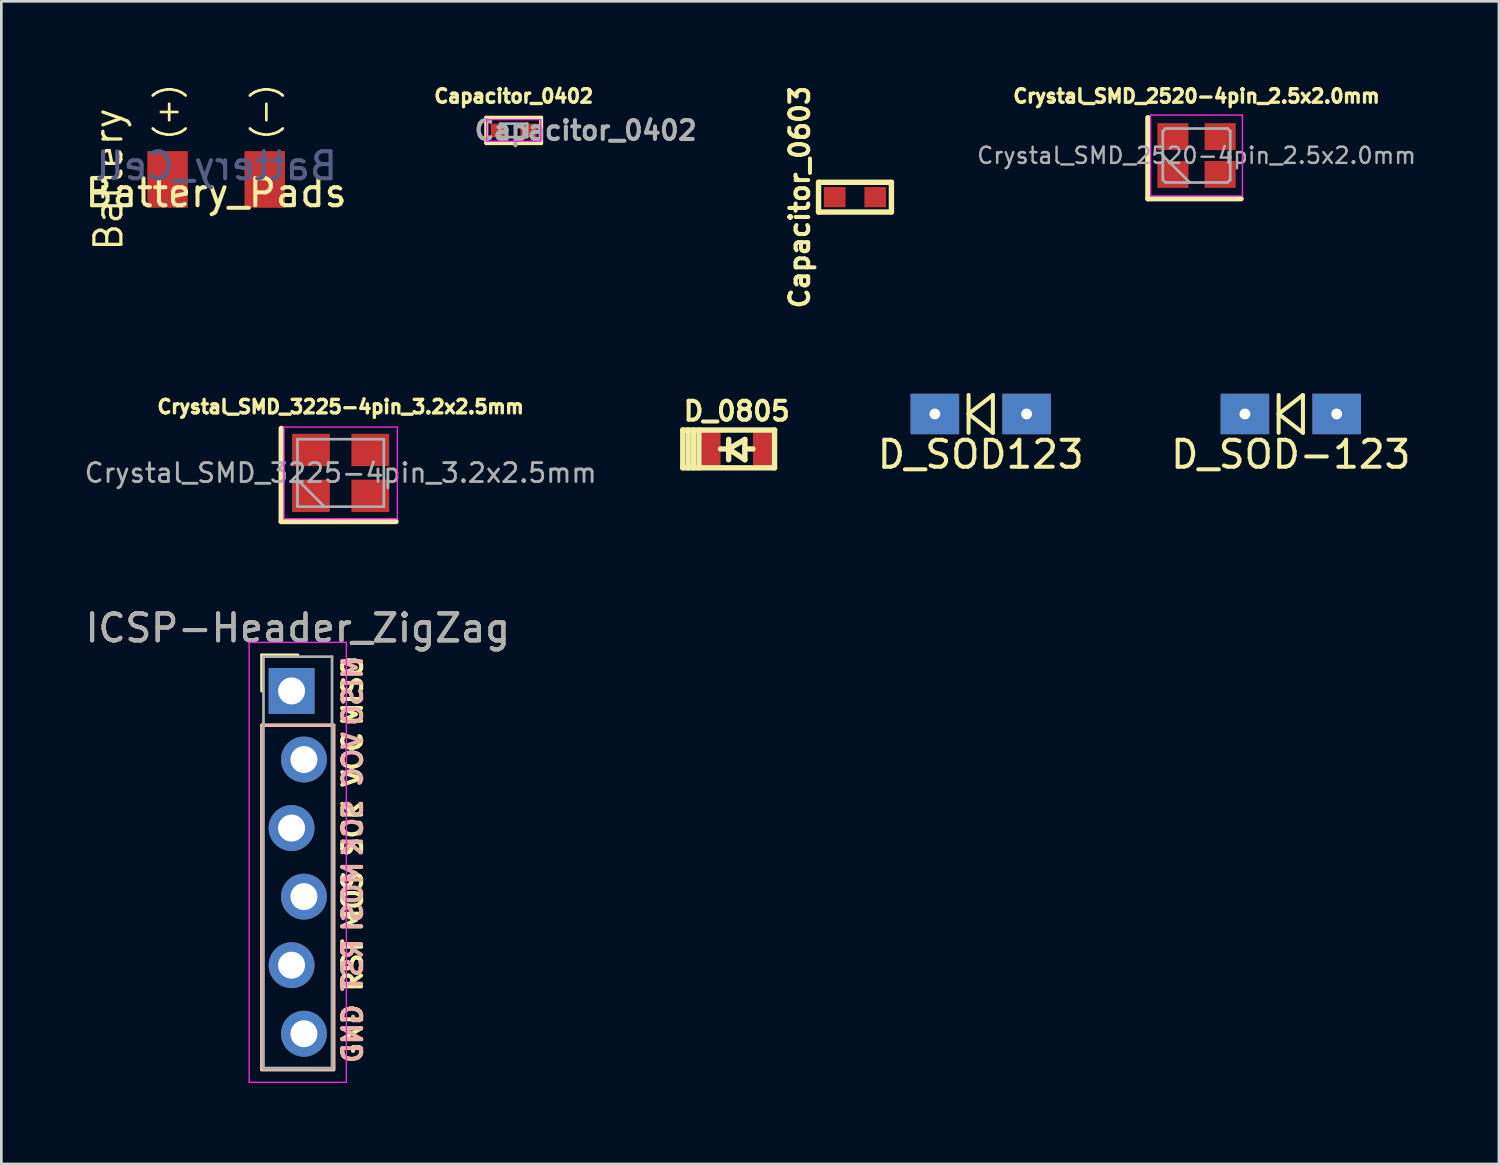
<source format=kicad_pcb>
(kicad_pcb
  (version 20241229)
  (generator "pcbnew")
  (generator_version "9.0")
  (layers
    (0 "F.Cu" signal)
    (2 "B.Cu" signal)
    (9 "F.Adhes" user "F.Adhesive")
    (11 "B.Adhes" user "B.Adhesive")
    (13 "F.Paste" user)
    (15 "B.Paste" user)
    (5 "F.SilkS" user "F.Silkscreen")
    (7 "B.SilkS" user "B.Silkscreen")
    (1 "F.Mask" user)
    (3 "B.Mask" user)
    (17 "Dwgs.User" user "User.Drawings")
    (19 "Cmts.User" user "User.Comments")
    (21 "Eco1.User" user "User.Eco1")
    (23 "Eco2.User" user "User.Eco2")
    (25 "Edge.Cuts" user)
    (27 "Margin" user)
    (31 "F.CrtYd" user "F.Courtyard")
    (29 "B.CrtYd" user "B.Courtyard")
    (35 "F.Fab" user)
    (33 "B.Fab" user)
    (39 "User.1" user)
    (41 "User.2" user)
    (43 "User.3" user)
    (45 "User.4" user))
  (footprint "D_0805"
    (layer "F.Cu")
    (at 24.247 13.583)
    (property "Reference" "D_0805" (at 0 -1.4 0) (layer "F.SilkS") (effects (font (size 0.7 0.7) (thickness 0.15))))
    (attr smd)
    (fp_line (start -2 -0.7) (end -2 0.7) (stroke (width 0.2) (type solid)) (layer "F.SilkS"))
    (fp_line (start -2 -0.7) (end 1.4 -0.7) (stroke (width 0.2) (type solid)) (layer "F.SilkS"))
    (fp_line (start -2 0.7) (end 1.4 0.7) (stroke (width 0.2) (type solid)) (layer "F.SilkS"))
    (fp_line (start -1.8 -0.7) (end -1.8 0.7) (stroke (width 0.2) (type solid)) (layer "F.SilkS"))
    (fp_line (start -1.6 -0.7) (end -1.6 0.7) (stroke (width 0.2) (type solid)) (layer "F.SilkS"))
    (fp_line (start -1.4 -0.7) (end -1.4 0.7) (stroke (width 0.2) (type solid)) (layer "F.SilkS"))
    (fp_line (start -0.3 -0.35) (end -0.3 0.4) (stroke (width 0.2) (type solid)) (layer "F.SilkS"))
    (fp_line (start -0.3 0) (end -0.6 0) (stroke (width 0.2) (type solid)) (layer "F.SilkS"))
    (fp_line (start -0.3 0) (end 0.3 -0.35) (stroke (width 0.2) (type solid)) (layer "F.SilkS"))
    (fp_line (start 0.3 -0.35) (end 0.3 0.4) (stroke (width 0.2) (type solid)) (layer "F.SilkS"))
    (fp_line (start 0.3 0) (end 0.6 0) (stroke (width 0.2) (type solid)) (layer "F.SilkS"))
    (fp_line (start 0.3 0.4) (end -0.3 0) (stroke (width 0.2) (type solid)) (layer "F.SilkS"))
    (fp_line (start 1.4 -0.7) (end 1.4 0.7) (stroke (width 0.2) (type solid)) (layer "F.SilkS"))
    (pad "1" smd rect (at -0.95 0) (size 0.7 1.3) (layers "F.Cu" "F.Mask" "F.Paste"))
    (pad "2" smd rect (at 0.95 0) (size 0.7 1.3) (layers "F.Cu" "F.Mask" "F.Paste")))
  (footprint "D_SOD-123"
    (placed yes)
    (layer "F.Cu")
    (at 44.774 12.288)
    (property "Reference" "D_SOD-123" (at 0 1.5 0) (layer "F.SilkS") (effects (font (size 1 1) (thickness 0.15))))
    (attr through_hole)
    (fp_line (start -0.45 -0.703) (end -0.45 0.697) (stroke (width 0.15) (type solid)) (layer "F.SilkS"))
    (fp_line (start -0.45 -0.003) (end 0.45 -0.703) (stroke (width 0.15) (type solid)) (layer "F.SilkS"))
    (fp_line (start 0.45 -0.703) (end 0.45 0.697) (stroke (width 0.15) (type solid)) (layer "F.SilkS"))
    (fp_line (start 0.45 0.697) (end -0.45 -0.003) (stroke (width 0.15) (type solid)) (layer "F.SilkS"))
    (pad "1" thru_hole rect (at -1.7 0) (size 1.8 1.5) (drill 0.4) (layers "*.Cu" "F.Mask"))
    (pad "2" thru_hole rect (at 1.7 0) (size 1.8 1.5) (drill 0.4) (layers "*.Cu" "F.Mask")))
  (footprint "ICSP-Header_ZigZag"
    (layer "F.Cu")
    (at 7.982 22.55)
    (property "Reference" "ICSP-Header_ZigZag" (at 0 -2.33 0) (layer "F.SilkS") (effects (font (size 1 1) (thickness 0.15))))
    (attr through_hole)
    (fp_line (start -1.33 -1.33) (end 0 -1.33) (stroke (width 0.12) (type solid)) (layer "F.SilkS"))
    (fp_line (start -1.33 0) (end -1.33 -1.33) (stroke (width 0.12) (type solid)) (layer "F.SilkS"))
    (fp_line (start -1.33 1.27) (end -1.33 14.03) (stroke (width 0.12) (type solid)) (layer "F.SilkS"))
    (fp_line (start -1.33 14.03) (end 1.33 14.03) (stroke (width 0.12) (type solid)) (layer "F.SilkS"))
    (fp_line (start 1.33 1.27) (end -1.33 1.27) (stroke (width 0.12) (type solid)) (layer "F.SilkS"))
    (fp_line (start 1.33 14.03) (end 1.33 1.27) (stroke (width 0.12) (type solid)) (layer "F.SilkS"))
    (fp_line (start -1.33 1.27) (end -1.33 14.03) (stroke (width 0.12) (type solid)) (layer "B.SilkS"))
    (fp_line (start -1.33 14.03) (end 1.33 14.03) (stroke (width 0.12) (type solid)) (layer "B.SilkS"))
    (fp_line (start 1.33 1.27) (end -1.33 1.27) (stroke (width 0.12) (type solid)) (layer "B.SilkS"))
    (fp_line (start 1.33 14.03) (end 1.33 1.27) (stroke (width 0.12) (type solid)) (layer "B.SilkS"))
    (fp_line (start -1.8 -1.8) (end -1.8 14.5) (stroke (width 0.05) (type solid)) (layer "F.CrtYd"))
    (fp_line (start -1.8 14.5) (end 1.8 14.5) (stroke (width 0.05) (type solid)) (layer "F.CrtYd"))
    (fp_line (start 1.8 -1.8) (end -1.8 -1.8) (stroke (width 0.05) (type solid)) (layer "F.CrtYd"))
    (fp_line (start 1.8 14.5) (end 1.8 -1.8) (stroke (width 0.05) (type solid)) (layer "F.CrtYd"))
    (fp_line (start -1.27 -1.27) (end -1.27 13.97) (stroke (width 0.1) (type solid)) (layer "F.Fab"))
    (fp_line (start -1.27 13.97) (end 1.27 13.97) (stroke (width 0.1) (type solid)) (layer "F.Fab"))
    (fp_line (start 1.27 -1.27) (end -1.27 -1.27) (stroke (width 0.1) (type solid)) (layer "F.Fab"))
    (fp_line (start 1.27 13.97) (end 1.27 -1.27) (stroke (width 0.1) (type solid)) (layer "F.Fab"))
    (fp_text user "MOSI" (at 2.032 7.62 90) (layer "F.SilkS") (effects (font (size 0.7 0.7) (thickness 0.15))))
    (fp_text user "RST" (at 2.032 10.16 90) (layer "F.SilkS") (effects (font (size 0.7 0.7) (thickness 0.15))))
    (fp_text user "GND" (at 2.032 12.7 90) (layer "F.SilkS") (effects (font (size 0.7 0.7) (thickness 0.15))))
    (fp_text user "VCC" (at 2.032 2.54 90) (layer "F.SilkS") (effects (font (size 0.7 0.7) (thickness 0.15))))
    (fp_text user "SCK" (at 2.032 5.08 90) (layer "F.SilkS") (effects (font (size 0.7 0.7) (thickness 0.15))))
    (fp_text user "MISO" (at 2.032 0 90) (layer "F.SilkS") (effects (font (size 0.7 0.7) (thickness 0.15))))
    (fp_text user "MOSI" (at 2.032 7.62 90) (layer "B.SilkS") (effects (font (size 0.7 0.7) (thickness 0.15)) (justify mirror)))
    (fp_text user "RST" (at 2.032 10.16 90) (layer "B.SilkS") (effects (font (size 0.7 0.7) (thickness 0.15)) (justify mirror)))
    (fp_text user "SCK" (at 2.032 5.08 90) (layer "B.SilkS") (effects (font (size 0.7 0.7) (thickness 0.15)) (justify mirror)))
    (fp_text user "VCC" (at 2.032 2.54 90) (layer "B.SilkS") (effects (font (size 0.7 0.7) (thickness 0.15)) (justify mirror)))
    (fp_text user "MISO" (at 2.032 0 90) (layer "B.SilkS") (effects (font (size 0.7 0.7) (thickness 0.15)) (justify mirror)))
    (fp_text user "GND" (at 2.032 12.7 90) (layer "B.SilkS") (effects (font (size 0.7 0.7) (thickness 0.15)) (justify mirror)))
    (fp_text user "${REFERENCE}" (at 0 -2.33 0) (layer "F.Fab") (effects (font (size 1 1) (thickness 0.15))))
    (pad "1" thru_hole rect (at -0.229 0) (size 1.7 1.7) (drill 1) (layers "*.Cu" "*.Mask"))
    (pad "2" thru_hole oval (at 0.229 2.54) (size 1.7 1.7) (drill 1) (layers "*.Cu" "*.Mask"))
    (pad "3" thru_hole oval (at -0.229 5.08) (size 1.7 1.7) (drill 1) (layers "*.Cu" "*.Mask"))
    (pad "4" thru_hole oval (at 0.229 7.62) (size 1.7 1.7) (drill 1) (layers "*.Cu" "*.Mask"))
    (pad "5" thru_hole oval (at -0.229 10.16) (size 1.7 1.7) (drill 1) (layers "*.Cu" "*.Mask"))
    (pad "6" thru_hole oval (at 0.229 12.7) (size 1.7 1.7) (drill 1) (layers "*.Cu" "*.Mask")))
  (footprint "D_SOD123"
    (placed yes)
    (layer "F.Cu")
    (at 33.286 12.288)
    (property "Reference" "D_SOD123" (at 0 1.5 0) (layer "F.SilkS") (effects (font (size 1 1) (thickness 0.15))))
    (attr through_hole)
    (fp_line (start -0.45 -0.703) (end -0.45 0.697) (stroke (width 0.15) (type solid)) (layer "F.SilkS"))
    (fp_line (start -0.45 -0.003) (end 0.45 -0.703) (stroke (width 0.15) (type solid)) (layer "F.SilkS"))
    (fp_line (start 0.45 -0.703) (end 0.45 0.697) (stroke (width 0.15) (type solid)) (layer "F.SilkS"))
    (fp_line (start 0.45 0.697) (end -0.45 -0.003) (stroke (width 0.15) (type solid)) (layer "F.SilkS"))
    (pad "1" thru_hole rect (at -1.7 0) (size 1.8 1.5) (drill 0.4) (layers "*.Cu" "F.Mask"))
    (pad "2" thru_hole rect (at 1.7 0) (size 1.8 1.5) (drill 0.4) (layers "*.Cu" "F.Mask")))
  (footprint "Battery_Pads"
    (layer "F.Cu")
    (at 4.958 3.599)
    (property "Reference" "Battery_Pads" (at 0 0.5 0) (layer "F.SilkS") (effects (font (size 1 1) (thickness 0.15))))
    (attr through_hole)
    (fp_poly (pts (xy -2.499 1) (xy -2.499 -1) (xy -1.099 -1) (xy -1.099 1)) (stroke (width 0.1) (type solid)) (fill yes) (layer "F.Mask"))
    (fp_poly (pts (xy 1.1 1) (xy 1.1 -1) (xy 2.5 -1) (xy 2.5 1)) (stroke (width 0.1) (type solid)) (fill yes) (layer "F.Mask"))
    (fp_text user "(-)" (at 1.8 -2.5 90) (layer "F.SilkS") (effects (font (size 0.8 0.8) (thickness 0.1))))
    (fp_text user "(+)" (at -1.8 -2.5 90) (layer "F.SilkS") (effects (font (size 0.8 0.8) (thickness 0.1))))
    (fp_text user "Battery" (at -3.987 0 90) (layer "F.SilkS") (effects (font (size 1 1) (thickness 0.12))))
    (fp_text user "Battery_Cell" (at 0 -0.5 0) (layer "B.Fab") (effects (font (size 1 1) (thickness 0.15)) (justify mirror)))
    (pad "1" smd rect (at -1.8 0) (size 1.5 2.1) (layers "F.Cu"))
    (pad "2" smd rect (at 1.8 0) (size 1.5 2.1) (layers "F.Cu")))
  (footprint "Crystal_SMD_2520-4pin_2.5x2.0mm"
    (layer "F.Cu")
    (at 41.281 2.712)
    (property "Reference" "Crystal_SMD_2520-4pin_2.5x2.0mm" (at 0 -2.2 0) (layer "F.SilkS") (effects (font (size 0.5 0.5) (thickness 0.125) (bold yes))))
    (attr smd)
    (fp_line (start -1.8 -1.4) (end -1.8 1.6) (stroke (width 0.2) (type solid)) (layer "F.SilkS"))
    (fp_line (start -1.8 1.6) (end 1.65 1.6) (stroke (width 0.2) (type solid)) (layer "F.SilkS"))
    (fp_line (start -1.7 -1.5) (end -1.7 1.5) (stroke (width 0.05) (type solid)) (layer "F.CrtYd"))
    (fp_line (start -1.7 1.5) (end 1.7 1.5) (stroke (width 0.05) (type solid)) (layer "F.CrtYd"))
    (fp_line (start 1.7 -1.5) (end -1.7 -1.5) (stroke (width 0.05) (type solid)) (layer "F.CrtYd"))
    (fp_line (start 1.7 1.5) (end 1.7 -1.5) (stroke (width 0.05) (type solid)) (layer "F.CrtYd"))
    (fp_line (start -1.25 -0.9) (end -1.15 -1) (stroke (width 0.1) (type solid)) (layer "F.Fab"))
    (fp_line (start -1.25 0) (end -0.25 1) (stroke (width 0.1) (type solid)) (layer "F.Fab"))
    (fp_line (start -1.25 0.9) (end -1.25 -0.9) (stroke (width 0.1) (type solid)) (layer "F.Fab"))
    (fp_line (start -1.15 -1) (end 1.15 -1) (stroke (width 0.1) (type solid)) (layer "F.Fab"))
    (fp_line (start -1.15 1) (end -1.25 0.9) (stroke (width 0.1) (type solid)) (layer "F.Fab"))
    (fp_line (start 1.15 -1) (end 1.25 -0.9) (stroke (width 0.1) (type solid)) (layer "F.Fab"))
    (fp_line (start 1.15 1) (end -1.15 1) (stroke (width 0.1) (type solid)) (layer "F.Fab"))
    (fp_line (start 1.25 -0.9) (end 1.25 0.9) (stroke (width 0.1) (type solid)) (layer "F.Fab"))
    (fp_line (start 1.25 0.9) (end 1.15 1) (stroke (width 0.1) (type solid)) (layer "F.Fab"))
    (fp_text user "${REFERENCE}" (at 0 0 0) (layer "F.Fab") (effects (font (size 0.6 0.6) (thickness 0.09))))
    (pad "1" smd rect (at -0.875 0.7) (size 1.15 1) (layers "F.Cu" "F.Mask" "F.Paste"))
    (pad "2" smd rect (at 0.875 0.7) (size 1.15 1) (layers "F.Cu" "F.Mask" "F.Paste"))
    (pad "3" smd rect (at 0.875 -0.7) (size 1.15 1) (layers "F.Cu" "F.Mask" "F.Paste"))
    (pad "4" smd rect (at -0.875 -0.7) (size 1.15 1) (layers "F.Cu" "F.Mask" "F.Paste")))
  (footprint "Crystal_SMD_3225-4pin_3.2x2.5mm"
    (layer "F.Cu")
    (at 9.571 14.472)
    (property "Reference" "Crystal_SMD_3225-4pin_3.2x2.5mm" (at 0 -2.45 0) (layer "F.SilkS") (effects (font (size 0.5 0.5) (thickness 0.125) (bold yes))))
    (attr smd)
    (fp_line (start -2.2 -1.65) (end -2.2 1.8) (stroke (width 0.2) (type solid)) (layer "F.SilkS"))
    (fp_line (start -2.2 1.8) (end 2.05 1.8) (stroke (width 0.2) (type solid)) (layer "F.SilkS"))
    (fp_line (start -2.1 -1.7) (end -2.1 1.7) (stroke (width 0.05) (type solid)) (layer "F.CrtYd"))
    (fp_line (start -2.1 1.7) (end 2.1 1.7) (stroke (width 0.05) (type solid)) (layer "F.CrtYd"))
    (fp_line (start 2.1 -1.7) (end -2.1 -1.7) (stroke (width 0.05) (type solid)) (layer "F.CrtYd"))
    (fp_line (start 2.1 1.7) (end 2.1 -1.7) (stroke (width 0.05) (type solid)) (layer "F.CrtYd"))
    (fp_line (start -1.6 -1.25) (end -1.6 1.25) (stroke (width 0.1) (type solid)) (layer "F.Fab"))
    (fp_line (start -1.6 0.25) (end -0.6 1.25) (stroke (width 0.1) (type solid)) (layer "F.Fab"))
    (fp_line (start -1.6 1.25) (end 1.6 1.25) (stroke (width 0.1) (type solid)) (layer "F.Fab"))
    (fp_line (start 1.6 -1.25) (end -1.6 -1.25) (stroke (width 0.1) (type solid)) (layer "F.Fab"))
    (fp_line (start 1.6 1.25) (end 1.6 -1.25) (stroke (width 0.1) (type solid)) (layer "F.Fab"))
    (fp_text user "${REFERENCE}" (at 0 0 0) (layer "F.Fab") (effects (font (size 0.7 0.7) (thickness 0.105))))
    (pad "1" smd rect (at -1.1 0.85) (size 1.4 1.2) (layers "F.Cu" "F.Mask" "F.Paste"))
    (pad "2" smd rect (at 1.1 0.85) (size 1.4 1.2) (layers "F.Cu" "F.Mask" "F.Paste"))
    (pad "3" smd rect (at 1.1 -0.85) (size 1.4 1.2) (layers "F.Cu" "F.Mask" "F.Paste"))
    (pad "4" smd rect (at -1.1 -0.85) (size 1.4 1.2) (layers "F.Cu" "F.Mask" "F.Paste")))
  (footprint "Capacitor_0402"
    (layer "F.Cu")
    (at 15.983 1.782)
    (property "Reference" "Capacitor_0402" (at 0 -1.27 0) (layer "F.SilkS") (effects (font (size 0.5 0.5) (thickness 0.125) (bold yes))))
    (attr smd)
    (fp_line (start -1.016 -0.47) (end -1.016 0.47) (stroke (width 0.15) (type solid)) (layer "F.SilkS"))
    (fp_line (start -1.016 0.47) (end 1.016 0.47) (stroke (width 0.15) (type solid)) (layer "F.SilkS"))
    (fp_line (start 1.016 -0.47) (end -1.016 -0.47) (stroke (width 0.15) (type solid)) (layer "F.SilkS"))
    (fp_line (start 1.016 -0.47) (end 1.016 0.47) (stroke (width 0.15) (type solid)) (layer "F.SilkS"))
    (fp_line (start -1 -0.4) (end -1 0.4) (stroke (width 0.05) (type solid)) (layer "F.CrtYd"))
    (fp_line (start -1 -0.4) (end 1 -0.4) (stroke (width 0.05) (type solid)) (layer "F.CrtYd"))
    (fp_line (start 1 0.4) (end -1 0.4) (stroke (width 0.05) (type solid)) (layer "F.CrtYd"))
    (fp_line (start 1 0.4) (end 1 -0.4) (stroke (width 0.05) (type solid)) (layer "F.CrtYd"))
    (fp_line (start -0.5 -0.25) (end 0.5 -0.25) (stroke (width 0.1) (type solid)) (layer "F.Fab"))
    (fp_line (start -0.5 0.25) (end -0.5 -0.25) (stroke (width 0.1) (type solid)) (layer "F.Fab"))
    (fp_line (start 0.5 -0.25) (end 0.5 0.25) (stroke (width 0.1) (type solid)) (layer "F.Fab"))
    (fp_line (start 0.5 0.25) (end -0.5 0.25) (stroke (width 0.1) (type solid)) (layer "F.Fab"))
    (fp_text user "${REFERENCE}" (at 2.667 0 0) (layer "F.Fab") (effects (font (size 0.7 0.7) (thickness 0.15))))
    (pad "1" smd rect (at -0.55 0) (size 0.6 0.5) (layers "F.Cu" "F.Mask" "F.Paste"))
    (pad "2" smd rect (at 0.55 0) (size 0.6 0.5) (layers "F.Cu" "F.Mask" "F.Paste")))
  (footprint "Capacitor_0603"
    (layer "F.Cu")
    (at 28.627 4.255)
    (property "Reference" "Capacitor_0603" (at -2.05 0 90) (layer "F.SilkS") (effects (font (size 0.7 0.7) (thickness 0.15))))
    (attr smd)
    (fp_line (start -1.35 -0.55) (end 1.35 -0.55) (stroke (width 0.2) (type solid)) (layer "F.SilkS"))
    (fp_line (start -1.35 0.55) (end -1.35 -0.55) (stroke (width 0.2) (type solid)) (layer "F.SilkS"))
    (fp_line (start 1.35 -0.55) (end 1.35 0.55) (stroke (width 0.2) (type solid)) (layer "F.SilkS"))
    (fp_line (start 1.35 0.55) (end -1.35 0.55) (stroke (width 0.2) (type solid)) (layer "F.SilkS"))
    (pad "1" smd rect (at -0.75 0) (size 0.8 0.75) (layers "F.Cu" "F.Mask" "F.Paste"))
    (pad "2" smd rect (at 0.75 0) (size 0.8 0.75) (layers "F.Cu" "F.Mask" "F.Paste")))
  (gr_rect
    (start -3 -3)
    (end 52.485 40.075)
    (stroke (width 0.1) (type default))
    (fill no)
    (layer "Edge.Cuts")))
</source>
